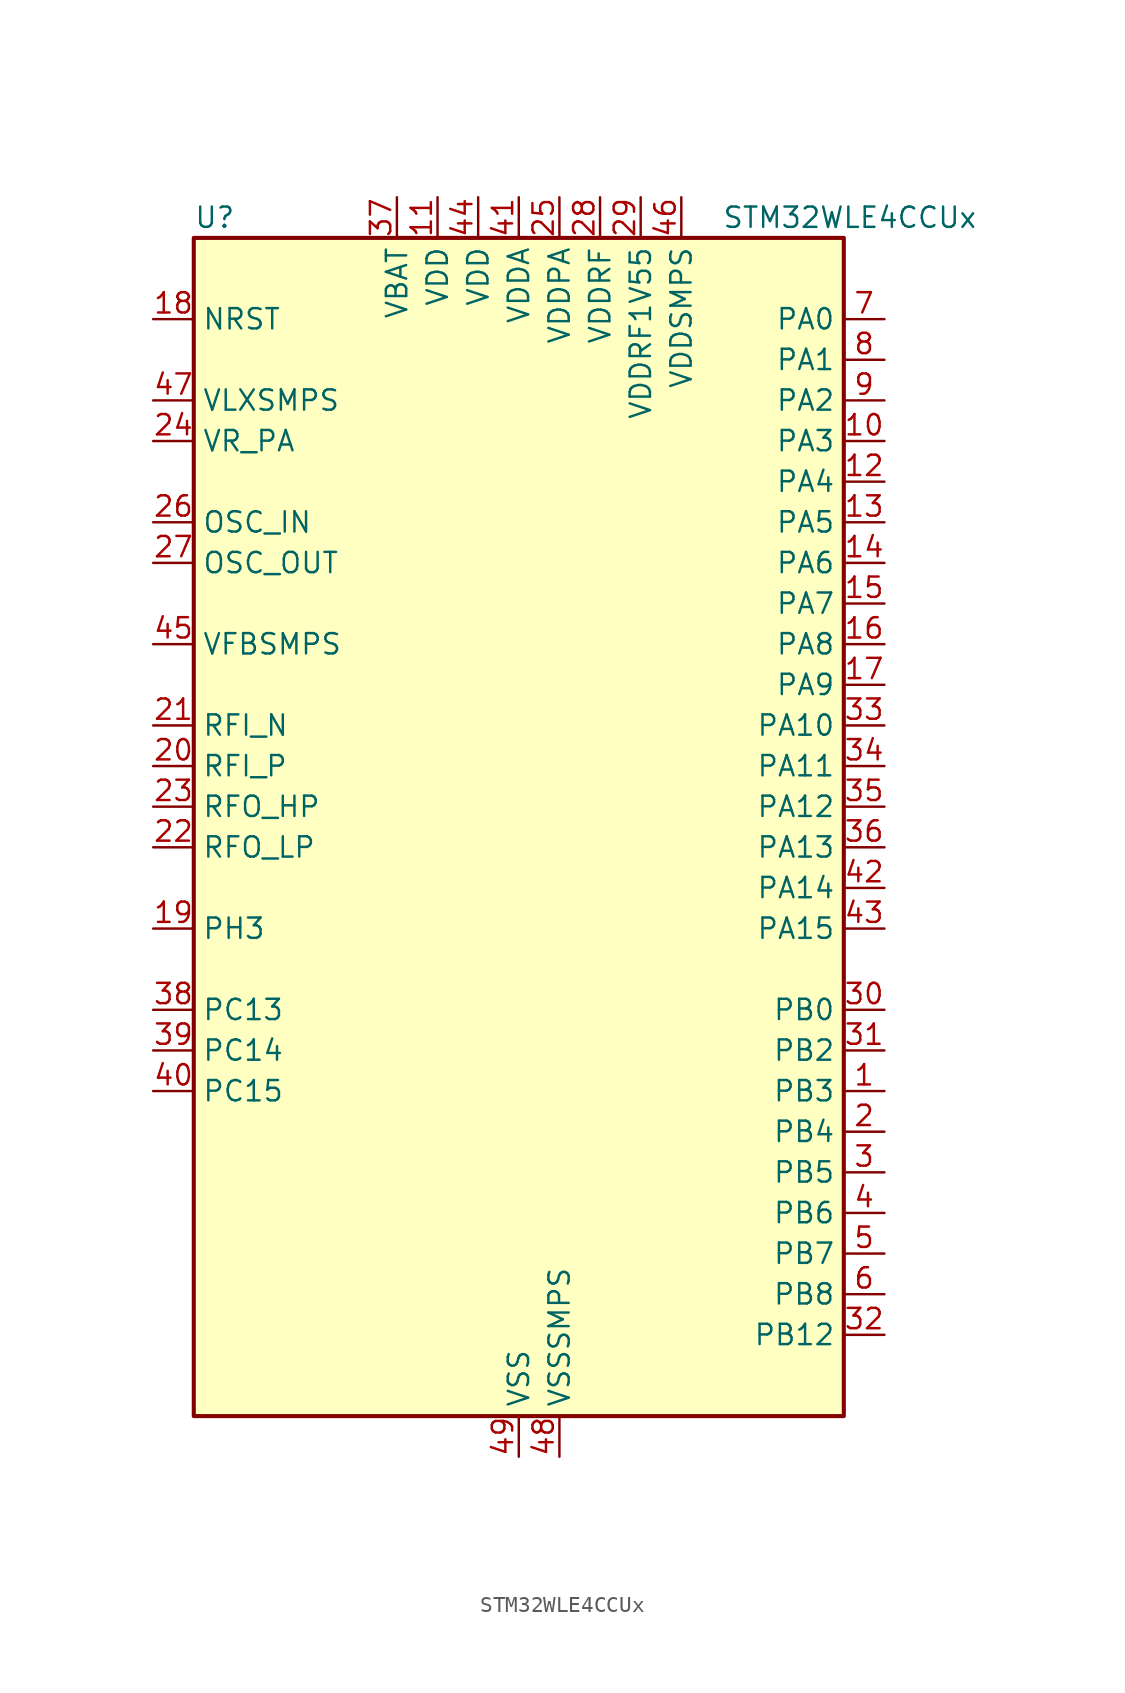
<source format=kicad_sym>
(kicad_symbol_lib
  (version 20241209)
  (generator "kicad_symbol_editor")
  (generator_version "9.0")
  (symbol "STM32WLE4CCUx"
    (property "Reference" "U"
      (at -20.32 39.37 0)
      (effects (font (size 1.27 1.27)) (justify left)))
    (property "Value" "STM32WLE4CCUx"
      (at 12.7 39.37 0)
      (effects (font (size 1.27 1.27)) (justify left)))
    (symbol "STM32WLE4CCUx_0_1"
      (rectangle (start -20.32 -35.56) (end 20.32 38.1) (stroke (width 0.254) (type default)) (fill (type background))))
    (symbol "STM32WLE4CCUx_1_1"
      (pin input line (at -22.86 33.02 0) (length 2.54) (name "NRST" (effects (font (size 1.27 1.27)))) (number "18" (effects (font (size 1.27 1.27)))))
      (pin power_in line (at -22.86 27.94 0) (length 2.54) (name "VLXSMPS" (effects (font (size 1.27 1.27)))) (number "47" (effects (font (size 1.27 1.27)))))
      (pin power_in line (at -22.86 25.4 0) (length 2.54) (name "VR_PA" (effects (font (size 1.27 1.27)))) (number "24" (effects (font (size 1.27 1.27)))))
      (pin input line (at -22.86 20.32 0) (length 2.54) (name "OSC_IN" (effects (font (size 1.27 1.27)))) (number "26" (effects (font (size 1.27 1.27)))) (alternate "RCC_OSC_IN" bidirectional line))
      (pin input line (at -22.86 17.78 0) (length 2.54) (name "OSC_OUT" (effects (font (size 1.27 1.27)))) (number "27" (effects (font (size 1.27 1.27)))) (alternate "RCC_OSC_OUT" bidirectional line))
      (pin input line (at -22.86 12.7 0) (length 2.54) (name "VFBSMPS" (effects (font (size 1.27 1.27)))) (number "45" (effects (font (size 1.27 1.27)))))
      (pin bidirectional line (at -22.86 7.62 0) (length 2.54) (name "RFI_N" (effects (font (size 1.27 1.27)))) (number "21" (effects (font (size 1.27 1.27)))))
      (pin bidirectional line (at -22.86 5.08 0) (length 2.54) (name "RFI_P" (effects (font (size 1.27 1.27)))) (number "20" (effects (font (size 1.27 1.27)))))
      (pin bidirectional line (at -22.86 2.54 0) (length 2.54) (name "RFO_HP" (effects (font (size 1.27 1.27)))) (number "23" (effects (font (size 1.27 1.27)))))
      (pin bidirectional line (at -22.86 0 0) (length 2.54) (name "RFO_LP" (effects (font (size 1.27 1.27)))) (number "22" (effects (font (size 1.27 1.27)))))
      (pin bidirectional line (at -22.86 -5.08 0) (length 2.54) (name "PH3" (effects (font (size 1.27 1.27)))) (number "19" (effects (font (size 1.27 1.27)))))
      (pin bidirectional line (at -22.86 -10.16 0) (length 2.54) (name "PC13" (effects (font (size 1.27 1.27)))) (number "38" (effects (font (size 1.27 1.27)))) (alternate "PWR_WKUP2" bidirectional line) (alternate "RTC_OUT1" bidirectional line) (alternate "RTC_TAMP_IN1" bidirectional line) (alternate "RTC_TS" bidirectional line))
      (pin bidirectional line (at -22.86 -12.7 0) (length 2.54) (name "PC14" (effects (font (size 1.27 1.27)))) (number "39" (effects (font (size 1.27 1.27)))) (alternate "RCC_OSC32_IN" bidirectional line))
      (pin bidirectional line (at -22.86 -15.24 0) (length 2.54) (name "PC15" (effects (font (size 1.27 1.27)))) (number "40" (effects (font (size 1.27 1.27)))) (alternate "RCC_OSC32_OUT" bidirectional line))
      (pin power_in line (at -7.62 40.64 270) (length 2.54) (name "VBAT" (effects (font (size 1.27 1.27)))) (number "37" (effects (font (size 1.27 1.27)))))
      (pin power_in line (at -5.08 40.64 270) (length 2.54) (name "VDD" (effects (font (size 1.27 1.27)))) (number "11" (effects (font (size 1.27 1.27)))))
      (pin power_in line (at -2.54 40.64 270) (length 2.54) (name "VDD" (effects (font (size 1.27 1.27)))) (number "44" (effects (font (size 1.27 1.27)))))
      (pin power_in line (at 0 40.64 270) (length 2.54) (name "VDDA" (effects (font (size 1.27 1.27)))) (number "41" (effects (font (size 1.27 1.27)))))
      (pin power_in line (at 0 -38.1 90) (length 2.54) (name "VSS" (effects (font (size 1.27 1.27)))) (number "49" (effects (font (size 1.27 1.27)))))
      (pin power_in line (at 2.54 40.64 270) (length 2.54) (name "VDDPA" (effects (font (size 1.27 1.27)))) (number "25" (effects (font (size 1.27 1.27)))))
      (pin power_in line (at 2.54 -38.1 90) (length 2.54) (name "VSSSMPS" (effects (font (size 1.27 1.27)))) (number "48" (effects (font (size 1.27 1.27)))))
      (pin power_in line (at 5.08 40.64 270) (length 2.54) (name "VDDRF" (effects (font (size 1.27 1.27)))) (number "28" (effects (font (size 1.27 1.27)))))
      (pin power_in line (at 7.62 40.64 270) (length 2.54) (name "VDDRF1V55" (effects (font (size 1.27 1.27)))) (number "29" (effects (font (size 1.27 1.27)))))
      (pin power_in line (at 10.16 40.64 270) (length 2.54) (name "VDDSMPS" (effects (font (size 1.27 1.27)))) (number "46" (effects (font (size 1.27 1.27)))))
      (pin bidirectional line (at 22.86 33.02 180) (length 2.54) (name "PA0" (effects (font (size 1.27 1.27)))) (number "7" (effects (font (size 1.27 1.27)))) (alternate "COMP1_OUT" bidirectional line) (alternate "DEBUG_PWR-REGLP1S" bidirectional line) (alternate "I2C3_SMBA" bidirectional line) (alternate "I2S_CKIN" bidirectional line) (alternate "PWR_WKUP1" bidirectional line) (alternate "RTC_TAMP_IN2" bidirectional line) (alternate "TIM2_CH1" bidirectional line) (alternate "TIM2_ETR" bidirectional line) (alternate "USART2_CTS" bidirectional line) (alternate "USART2_NSS" bidirectional line))
      (pin bidirectional line (at 22.86 30.48 180) (length 2.54) (name "PA1" (effects (font (size 1.27 1.27)))) (number "8" (effects (font (size 1.27 1.27)))) (alternate "DEBUG_PWR-REGLP2S" bidirectional line) (alternate "I2C1_SMBA" bidirectional line) (alternate "LPTIM3_OUT" bidirectional line) (alternate "LPUART1_RTS" bidirectional line) (alternate "SPI1_SCK" bidirectional line) (alternate "TIM2_CH2" bidirectional line) (alternate "USART2_DE" bidirectional line) (alternate "USART2_RTS" bidirectional line))
      (pin bidirectional line (at 22.86 27.94 180) (length 2.54) (name "PA2" (effects (font (size 1.27 1.27)))) (number "9" (effects (font (size 1.27 1.27)))) (alternate "COMP2_OUT" bidirectional line) (alternate "DEBUG_PWR-LDORDY" bidirectional line) (alternate "LPUART1_TX" bidirectional line) (alternate "RCC_LSCO" bidirectional line) (alternate "TIM2_CH3" bidirectional line) (alternate "USART2_TX" bidirectional line))
      (pin bidirectional line (at 22.86 25.4 180) (length 2.54) (name "PA3" (effects (font (size 1.27 1.27)))) (number "10" (effects (font (size 1.27 1.27)))) (alternate "I2S2_MCK" bidirectional line) (alternate "LPUART1_RX" bidirectional line) (alternate "TIM2_CH4" bidirectional line) (alternate "USART2_RX" bidirectional line))
      (pin bidirectional line (at 22.86 22.86 180) (length 2.54) (name "PA4" (effects (font (size 1.27 1.27)))) (number "12" (effects (font (size 1.27 1.27)))) (alternate "DEBUG_SUBGHZSPI-NSSOUT" bidirectional line) (alternate "LPTIM1_OUT" bidirectional line) (alternate "LPTIM2_OUT" bidirectional line) (alternate "RTC_OUT2" bidirectional line) (alternate "SPI1_NSS" bidirectional line) (alternate "USART2_CK" bidirectional line))
      (pin bidirectional line (at 22.86 20.32 180) (length 2.54) (name "PA5" (effects (font (size 1.27 1.27)))) (number "13" (effects (font (size 1.27 1.27)))) (alternate "DEBUG_SUBGHZSPI-SCKOUT" bidirectional line) (alternate "LPTIM2_ETR" bidirectional line) (alternate "SPI1_SCK" bidirectional line) (alternate "SPI2_MISO" bidirectional line) (alternate "TIM2_CH1" bidirectional line) (alternate "TIM2_ETR" bidirectional line))
      (pin bidirectional line (at 22.86 17.78 180) (length 2.54) (name "PA6" (effects (font (size 1.27 1.27)))) (number "14" (effects (font (size 1.27 1.27)))) (alternate "DEBUG_SUBGHZSPI-MISOOUT" bidirectional line) (alternate "I2C2_SMBA" bidirectional line) (alternate "LPUART1_CTS" bidirectional line) (alternate "SPI1_MISO" bidirectional line) (alternate "TIM16_CH1" bidirectional line) (alternate "TIM1_BKIN" bidirectional line))
      (pin bidirectional line (at 22.86 15.24 180) (length 2.54) (name "PA7" (effects (font (size 1.27 1.27)))) (number "15" (effects (font (size 1.27 1.27)))) (alternate "COMP2_OUT" bidirectional line) (alternate "DEBUG_SUBGHZSPI-MOSIOUT" bidirectional line) (alternate "I2C3_SCL" bidirectional line) (alternate "SPI1_MOSI" bidirectional line) (alternate "TIM17_CH1" bidirectional line) (alternate "TIM1_CH1N" bidirectional line))
      (pin bidirectional line (at 22.86 12.7 180) (length 2.54) (name "PA8" (effects (font (size 1.27 1.27)))) (number "16" (effects (font (size 1.27 1.27)))) (alternate "I2S2_CK" bidirectional line) (alternate "LPTIM2_OUT" bidirectional line) (alternate "RCC_MCO" bidirectional line) (alternate "SPI2_SCK" bidirectional line) (alternate "TIM1_CH1" bidirectional line) (alternate "USART1_CK" bidirectional line))
      (pin bidirectional line (at 22.86 10.16 180) (length 2.54) (name "PA9" (effects (font (size 1.27 1.27)))) (number "17" (effects (font (size 1.27 1.27)))) (alternate "DAC_EXTI9" bidirectional line) (alternate "I2C1_SCL" bidirectional line) (alternate "I2S2_CK" bidirectional line) (alternate "I2S2_WS" bidirectional line) (alternate "SPI2_NSS" bidirectional line) (alternate "SPI2_SCK" bidirectional line) (alternate "TIM1_CH2" bidirectional line) (alternate "USART1_TX" bidirectional line))
      (pin bidirectional line (at 22.86 7.62 180) (length 2.54) (name "PA10" (effects (font (size 1.27 1.27)))) (number "33" (effects (font (size 1.27 1.27)))) (alternate "ADC_IN6" bidirectional line) (alternate "COMP1_INM" bidirectional line) (alternate "COMP2_INM" bidirectional line) (alternate "DAC_OUT1" bidirectional line) (alternate "DEBUG_RF-HSE32RDY" bidirectional line) (alternate "I2C1_SDA" bidirectional line) (alternate "I2S2_SD" bidirectional line) (alternate "RTC_REFIN" bidirectional line) (alternate "SPI2_MOSI" bidirectional line) (alternate "TIM17_BKIN" bidirectional line) (alternate "TIM1_CH3" bidirectional line) (alternate "USART1_RX" bidirectional line))
      (pin bidirectional line (at 22.86 5.08 180) (length 2.54) (name "PA11" (effects (font (size 1.27 1.27)))) (number "34" (effects (font (size 1.27 1.27)))) (alternate "ADC_EXTI11" bidirectional line) (alternate "ADC_IN7" bidirectional line) (alternate "COMP1_INM" bidirectional line) (alternate "COMP2_INM" bidirectional line) (alternate "DEBUG_RF-NRESET" bidirectional line) (alternate "I2C2_SDA" bidirectional line) (alternate "LPTIM3_ETR" bidirectional line) (alternate "SPI1_MISO" bidirectional line) (alternate "TIM1_BKIN2" bidirectional line) (alternate "TIM1_CH4" bidirectional line) (alternate "USART1_CTS" bidirectional line) (alternate "USART1_NSS" bidirectional line))
      (pin bidirectional line (at 22.86 2.54 180) (length 2.54) (name "PA12" (effects (font (size 1.27 1.27)))) (number "35" (effects (font (size 1.27 1.27)))) (alternate "ADC_IN8" bidirectional line) (alternate "DEBUG_RF-BUSY" bidirectional line) (alternate "I2C2_SCL" bidirectional line) (alternate "LPTIM3_IN1" bidirectional line) (alternate "SPI1_MOSI" bidirectional line) (alternate "TIM1_ETR" bidirectional line) (alternate "USART1_DE" bidirectional line) (alternate "USART1_RTS" bidirectional line))
      (pin bidirectional line (at 22.86 0 180) (length 2.54) (name "PA13" (effects (font (size 1.27 1.27)))) (number "36" (effects (font (size 1.27 1.27)))) (alternate "ADC_IN9" bidirectional line) (alternate "DEBUG_JTMS-SWDIO" bidirectional line) (alternate "I2C2_SMBA" bidirectional line) (alternate "IR_OUT" bidirectional line))
      (pin bidirectional line (at 22.86 -2.54 180) (length 2.54) (name "PA14" (effects (font (size 1.27 1.27)))) (number "42" (effects (font (size 1.27 1.27)))) (alternate "ADC_IN10" bidirectional line) (alternate "DEBUG_JTCK-SWCLK" bidirectional line) (alternate "I2C1_SMBA" bidirectional line) (alternate "LPTIM1_OUT" bidirectional line))
      (pin bidirectional line (at 22.86 -5.08 180) (length 2.54) (name "PA15" (effects (font (size 1.27 1.27)))) (number "43" (effects (font (size 1.27 1.27)))) (alternate "ADC_IN11" bidirectional line) (alternate "COMP1_INM" bidirectional line) (alternate "COMP2_INP" bidirectional line) (alternate "DEBUG_JTDI" bidirectional line) (alternate "I2C2_SDA" bidirectional line) (alternate "SPI1_NSS" bidirectional line) (alternate "TIM2_CH1" bidirectional line) (alternate "TIM2_ETR" bidirectional line))
      (pin bidirectional line (at 22.86 -10.16 180) (length 2.54) (name "PB0" (effects (font (size 1.27 1.27)))) (number "30" (effects (font (size 1.27 1.27)))) (alternate "COMP1_OUT" bidirectional line) (alternate "VDDTCXO" bidirectional line))
      (pin bidirectional line (at 22.86 -12.7 180) (length 2.54) (name "PB2" (effects (font (size 1.27 1.27)))) (number "31" (effects (font (size 1.27 1.27)))) (alternate "ADC_IN4" bidirectional line) (alternate "COMP1_INP" bidirectional line) (alternate "COMP2_INM" bidirectional line) (alternate "DEBUG_RF-SMPSRDY" bidirectional line) (alternate "I2C3_SMBA" bidirectional line) (alternate "LPTIM1_OUT" bidirectional line) (alternate "SPI1_NSS" bidirectional line))
      (pin bidirectional line (at 22.86 -15.24 180) (length 2.54) (name "PB3" (effects (font (size 1.27 1.27)))) (number "1" (effects (font (size 1.27 1.27)))) (alternate "ADC_IN2" bidirectional line) (alternate "COMP1_INM" bidirectional line) (alternate "COMP2_INM" bidirectional line) (alternate "DEBUG_JTDO-SWO" bidirectional line) (alternate "DEBUG_RF-DTB1" bidirectional line) (alternate "PWR_WKUP3" bidirectional line) (alternate "RTC_TAMP_IN3" bidirectional line) (alternate "SPI1_SCK" bidirectional line) (alternate "TIM2_CH2" bidirectional line) (alternate "USART1_DE" bidirectional line) (alternate "USART1_RTS" bidirectional line))
      (pin bidirectional line (at 22.86 -17.78 180) (length 2.54) (name "PB4" (effects (font (size 1.27 1.27)))) (number "2" (effects (font (size 1.27 1.27)))) (alternate "ADC_IN3" bidirectional line) (alternate "COMP1_INP" bidirectional line) (alternate "COMP2_INP" bidirectional line) (alternate "DEBUG_JTRST" bidirectional line) (alternate "DEBUG_RF-LDORDY" bidirectional line) (alternate "I2C3_SDA" bidirectional line) (alternate "SPI1_MISO" bidirectional line) (alternate "TIM17_BKIN" bidirectional line) (alternate "USART1_CTS" bidirectional line) (alternate "USART1_NSS" bidirectional line))
      (pin bidirectional line (at 22.86 -20.32 180) (length 2.54) (name "PB5" (effects (font (size 1.27 1.27)))) (number "3" (effects (font (size 1.27 1.27)))) (alternate "COMP2_OUT" bidirectional line) (alternate "I2C1_SMBA" bidirectional line) (alternate "LPTIM1_IN1" bidirectional line) (alternate "SPI1_MOSI" bidirectional line) (alternate "TIM16_BKIN" bidirectional line) (alternate "USART1_CK" bidirectional line))
      (pin bidirectional line (at 22.86 -22.86 180) (length 2.54) (name "PB6" (effects (font (size 1.27 1.27)))) (number "4" (effects (font (size 1.27 1.27)))) (alternate "I2C1_SCL" bidirectional line) (alternate "LPTIM1_ETR" bidirectional line) (alternate "TIM16_CH1N" bidirectional line) (alternate "USART1_TX" bidirectional line))
      (pin bidirectional line (at 22.86 -25.4 180) (length 2.54) (name "PB7" (effects (font (size 1.27 1.27)))) (number "5" (effects (font (size 1.27 1.27)))) (alternate "I2C1_SDA" bidirectional line) (alternate "LPTIM1_IN2" bidirectional line) (alternate "PWR_PVD_IN" bidirectional line) (alternate "TIM17_CH1N" bidirectional line) (alternate "TIM1_BKIN" bidirectional line) (alternate "USART1_RX" bidirectional line))
      (pin bidirectional line (at 22.86 -27.94 180) (length 2.54) (name "PB8" (effects (font (size 1.27 1.27)))) (number "6" (effects (font (size 1.27 1.27)))) (alternate "I2C1_SCL" bidirectional line) (alternate "TIM16_CH1" bidirectional line) (alternate "TIM1_CH2N" bidirectional line))
      (pin bidirectional line (at 22.86 -30.48 180) (length 2.54) (name "PB12" (effects (font (size 1.27 1.27)))) (number "32" (effects (font (size 1.27 1.27)))) (alternate "I2C3_SMBA" bidirectional line) (alternate "I2S2_WS" bidirectional line) (alternate "LPUART1_RTS" bidirectional line) (alternate "SPI2_NSS" bidirectional line) (alternate "TIM1_BKIN" bidirectional line)))))
</source>
